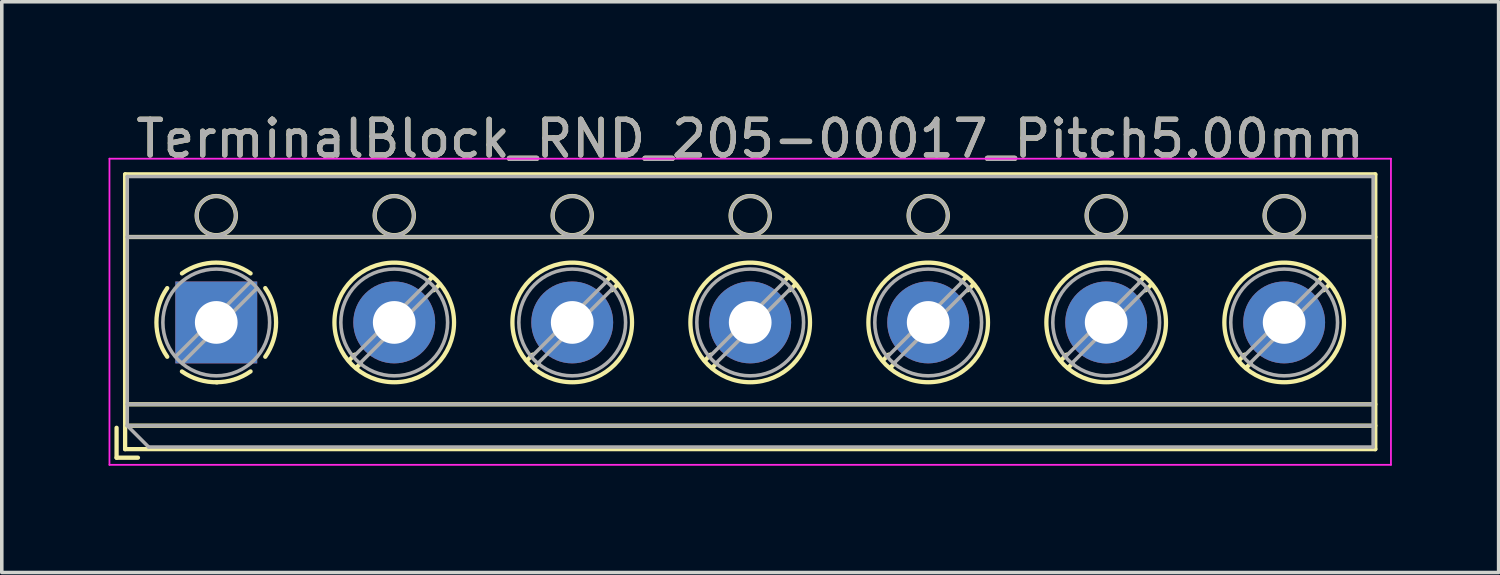
<source format=kicad_pcb>
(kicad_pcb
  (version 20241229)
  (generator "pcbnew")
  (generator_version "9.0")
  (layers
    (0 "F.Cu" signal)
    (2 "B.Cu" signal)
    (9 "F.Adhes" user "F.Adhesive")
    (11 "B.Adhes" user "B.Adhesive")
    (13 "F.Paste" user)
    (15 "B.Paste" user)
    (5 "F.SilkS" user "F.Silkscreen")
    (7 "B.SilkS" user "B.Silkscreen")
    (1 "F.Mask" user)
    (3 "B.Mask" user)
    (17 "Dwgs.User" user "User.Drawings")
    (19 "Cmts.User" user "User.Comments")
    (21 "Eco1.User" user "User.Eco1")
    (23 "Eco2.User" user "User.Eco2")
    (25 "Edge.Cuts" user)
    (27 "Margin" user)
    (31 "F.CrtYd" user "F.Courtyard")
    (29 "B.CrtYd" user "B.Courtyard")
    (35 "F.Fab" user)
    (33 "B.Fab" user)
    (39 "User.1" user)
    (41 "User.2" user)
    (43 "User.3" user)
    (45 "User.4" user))
  (footprint "TerminalBlock_RND_205-00017_Pitch5.00mm"
    (layer "F.Cu")
    (at 3.025 6.008)
    (property "Reference" "TerminalBlock_RND_205-00017_Pitch5.00mm" (at 15 -5.16 0) (layer "F.SilkS") (effects (font (size 1 1) (thickness 0.15))))
    (attr through_hole)
    (fp_line (start -2.8 2.96) (end -2.8 3.8) (stroke (width 0.12) (type solid)) (layer "F.SilkS"))
    (fp_line (start -2.8 3.8) (end -2.2 3.8) (stroke (width 0.12) (type solid)) (layer "F.SilkS"))
    (fp_line (start -2.56 -4.16) (end -2.56 3.56) (stroke (width 0.12) (type solid)) (layer "F.SilkS"))
    (fp_line (start -2.56 -2.4) (end 32.56 -2.4) (stroke (width 0.12) (type solid)) (layer "F.SilkS"))
    (fp_line (start -2.56 2.3) (end 32.56 2.3) (stroke (width 0.12) (type solid)) (layer "F.SilkS"))
    (fp_line (start -2.56 2.9) (end 32.56 2.9) (stroke (width 0.12) (type solid)) (layer "F.SilkS"))
    (fp_line (start -2.56 3.56) (end 32.56 3.56) (stroke (width 0.12) (type solid)) (layer "F.SilkS"))
    (fp_line (start 3.89 0.905) (end 3.726 1.069) (stroke (width 0.12) (type solid)) (layer "F.SilkS"))
    (fp_line (start 4.06 1.146) (end 3.931 1.274) (stroke (width 0.12) (type solid)) (layer "F.SilkS"))
    (fp_line (start 6.07 -1.275) (end 5.941 -1.146) (stroke (width 0.12) (type solid)) (layer "F.SilkS"))
    (fp_line (start 6.275 -1.069) (end 6.111 -0.905) (stroke (width 0.12) (type solid)) (layer "F.SilkS"))
    (fp_line (start 8.89 0.905) (end 8.726 1.069) (stroke (width 0.12) (type solid)) (layer "F.SilkS"))
    (fp_line (start 9.06 1.146) (end 8.931 1.274) (stroke (width 0.12) (type solid)) (layer "F.SilkS"))
    (fp_line (start 11.07 -1.275) (end 10.941 -1.146) (stroke (width 0.12) (type solid)) (layer "F.SilkS"))
    (fp_line (start 11.275 -1.069) (end 11.111 -0.905) (stroke (width 0.12) (type solid)) (layer "F.SilkS"))
    (fp_line (start 13.89 0.905) (end 13.726 1.069) (stroke (width 0.12) (type solid)) (layer "F.SilkS"))
    (fp_line (start 14.06 1.146) (end 13.931 1.274) (stroke (width 0.12) (type solid)) (layer "F.SilkS"))
    (fp_line (start 16.07 -1.275) (end 15.941 -1.146) (stroke (width 0.12) (type solid)) (layer "F.SilkS"))
    (fp_line (start 16.275 -1.069) (end 16.111 -0.905) (stroke (width 0.12) (type solid)) (layer "F.SilkS"))
    (fp_line (start 18.89 0.905) (end 18.726 1.069) (stroke (width 0.12) (type solid)) (layer "F.SilkS"))
    (fp_line (start 19.06 1.146) (end 18.931 1.274) (stroke (width 0.12) (type solid)) (layer "F.SilkS"))
    (fp_line (start 21.07 -1.275) (end 20.941 -1.146) (stroke (width 0.12) (type solid)) (layer "F.SilkS"))
    (fp_line (start 21.275 -1.069) (end 21.111 -0.905) (stroke (width 0.12) (type solid)) (layer "F.SilkS"))
    (fp_line (start 23.89 0.905) (end 23.726 1.069) (stroke (width 0.12) (type solid)) (layer "F.SilkS"))
    (fp_line (start 24.06 1.146) (end 23.931 1.274) (stroke (width 0.12) (type solid)) (layer "F.SilkS"))
    (fp_line (start 26.07 -1.275) (end 25.941 -1.146) (stroke (width 0.12) (type solid)) (layer "F.SilkS"))
    (fp_line (start 26.275 -1.069) (end 26.111 -0.905) (stroke (width 0.12) (type solid)) (layer "F.SilkS"))
    (fp_line (start 28.89 0.905) (end 28.726 1.069) (stroke (width 0.12) (type solid)) (layer "F.SilkS"))
    (fp_line (start 29.06 1.146) (end 28.931 1.274) (stroke (width 0.12) (type solid)) (layer "F.SilkS"))
    (fp_line (start 31.07 -1.275) (end 30.941 -1.146) (stroke (width 0.12) (type solid)) (layer "F.SilkS"))
    (fp_line (start 31.275 -1.069) (end 31.111 -0.905) (stroke (width 0.12) (type solid)) (layer "F.SilkS"))
    (fp_line (start 32.56 -4.16) (end -2.56 -4.16) (stroke (width 0.12) (type solid)) (layer "F.SilkS"))
    (fp_line (start 32.56 3.56) (end 32.56 -4.16) (stroke (width 0.12) (type solid)) (layer "F.SilkS"))
    (fp_arc (start -1.376825 0.964249) (mid -1.6809 0.000152) (end -1.377 -0.964) (stroke (width 0.12) (type solid)) (layer "F.SilkS"))
    (fp_arc (start -0.964249 -1.376825) (mid -0.000152 -1.6809) (end 0.964 -1.377) (stroke (width 0.12) (type solid)) (layer "F.SilkS"))
    (fp_arc (start 0.029488 1.680641) (mid -0.491302 1.607497) (end -0.964 1.377) (stroke (width 0.12) (type solid)) (layer "F.SilkS"))
    (fp_arc (start 0.963608 1.376175) (mid 0.505186 1.602244) (end 0 1.68) (stroke (width 0.12) (type solid)) (layer "F.SilkS"))
    (fp_arc (start 1.376825 -0.964249) (mid 1.6809 -0.000152) (end 1.377 0.964) (stroke (width 0.12) (type solid)) (layer "F.SilkS"))
    (fp_circle (center 0 -3) (end 0.55 -3) (stroke (width 0.12) (type solid)) (fill no) (layer "F.SilkS"))
    (fp_circle (center 5 -3) (end 5.55 -3) (stroke (width 0.12) (type solid)) (fill no) (layer "F.SilkS"))
    (fp_circle (center 5 0) (end 6.68 0) (stroke (width 0.12) (type solid)) (fill no) (layer "F.SilkS"))
    (fp_circle (center 10 -3) (end 10.55 -3) (stroke (width 0.12) (type solid)) (fill no) (layer "F.SilkS"))
    (fp_circle (center 10 0) (end 11.68 0) (stroke (width 0.12) (type solid)) (fill no) (layer "F.SilkS"))
    (fp_circle (center 15 -3) (end 15.55 -3) (stroke (width 0.12) (type solid)) (fill no) (layer "F.SilkS"))
    (fp_circle (center 15 0) (end 16.68 0) (stroke (width 0.12) (type solid)) (fill no) (layer "F.SilkS"))
    (fp_circle (center 20 -3) (end 20.55 -3) (stroke (width 0.12) (type solid)) (fill no) (layer "F.SilkS"))
    (fp_circle (center 20 0) (end 21.68 0) (stroke (width 0.12) (type solid)) (fill no) (layer "F.SilkS"))
    (fp_circle (center 25 -3) (end 25.55 -3) (stroke (width 0.12) (type solid)) (fill no) (layer "F.SilkS"))
    (fp_circle (center 25 0) (end 26.68 0) (stroke (width 0.12) (type solid)) (fill no) (layer "F.SilkS"))
    (fp_circle (center 30 -3) (end 30.55 -3) (stroke (width 0.12) (type solid)) (fill no) (layer "F.SilkS"))
    (fp_circle (center 30 0) (end 31.68 0) (stroke (width 0.12) (type solid)) (fill no) (layer "F.SilkS"))
    (fp_line (start -3 -4.6) (end -3 4) (stroke (width 0.05) (type solid)) (layer "F.CrtYd"))
    (fp_line (start -3 4) (end 33 4) (stroke (width 0.05) (type solid)) (layer "F.CrtYd"))
    (fp_line (start 33 -4.6) (end -3 -4.6) (stroke (width 0.05) (type solid)) (layer "F.CrtYd"))
    (fp_line (start 33 4) (end 33 -4.6) (stroke (width 0.05) (type solid)) (layer "F.CrtYd"))
    (fp_line (start -2.5 -4.1) (end 32.5 -4.1) (stroke (width 0.1) (type solid)) (layer "F.Fab"))
    (fp_line (start -2.5 -2.4) (end 32.5 -2.4) (stroke (width 0.1) (type solid)) (layer "F.Fab"))
    (fp_line (start -2.5 2.3) (end 32.5 2.3) (stroke (width 0.1) (type solid)) (layer "F.Fab"))
    (fp_line (start -2.5 2.9) (end -2.5 -4.1) (stroke (width 0.1) (type solid)) (layer "F.Fab"))
    (fp_line (start -2.5 2.9) (end 32.5 2.9) (stroke (width 0.1) (type solid)) (layer "F.Fab"))
    (fp_line (start -1.9 3.5) (end -2.5 2.9) (stroke (width 0.1) (type solid)) (layer "F.Fab"))
    (fp_line (start 0.955 -1.138) (end -1.138 0.955) (stroke (width 0.1) (type solid)) (layer "F.Fab"))
    (fp_line (start 1.138 -0.955) (end -0.955 1.138) (stroke (width 0.1) (type solid)) (layer "F.Fab"))
    (fp_line (start 5.955 -1.138) (end 3.863 0.955) (stroke (width 0.1) (type solid)) (layer "F.Fab"))
    (fp_line (start 6.138 -0.955) (end 4.046 1.138) (stroke (width 0.1) (type solid)) (layer "F.Fab"))
    (fp_line (start 10.955 -1.138) (end 8.863 0.955) (stroke (width 0.1) (type solid)) (layer "F.Fab"))
    (fp_line (start 11.138 -0.955) (end 9.046 1.138) (stroke (width 0.1) (type solid)) (layer "F.Fab"))
    (fp_line (start 15.955 -1.138) (end 13.863 0.955) (stroke (width 0.1) (type solid)) (layer "F.Fab"))
    (fp_line (start 16.138 -0.955) (end 14.046 1.138) (stroke (width 0.1) (type solid)) (layer "F.Fab"))
    (fp_line (start 20.955 -1.138) (end 18.863 0.955) (stroke (width 0.1) (type solid)) (layer "F.Fab"))
    (fp_line (start 21.138 -0.955) (end 19.046 1.138) (stroke (width 0.1) (type solid)) (layer "F.Fab"))
    (fp_line (start 25.955 -1.138) (end 23.863 0.955) (stroke (width 0.1) (type solid)) (layer "F.Fab"))
    (fp_line (start 26.138 -0.955) (end 24.046 1.138) (stroke (width 0.1) (type solid)) (layer "F.Fab"))
    (fp_line (start 30.955 -1.138) (end 28.863 0.955) (stroke (width 0.1) (type solid)) (layer "F.Fab"))
    (fp_line (start 31.138 -0.955) (end 29.046 1.138) (stroke (width 0.1) (type solid)) (layer "F.Fab"))
    (fp_line (start 32.5 -4.1) (end 32.5 3.5) (stroke (width 0.1) (type solid)) (layer "F.Fab"))
    (fp_line (start 32.5 3.5) (end -1.9 3.5) (stroke (width 0.1) (type solid)) (layer "F.Fab"))
    (fp_circle (center 0 -3) (end 0.55 -3) (stroke (width 0.1) (type solid)) (fill no) (layer "F.Fab"))
    (fp_circle (center 0 0) (end 1.5 0) (stroke (width 0.1) (type solid)) (fill no) (layer "F.Fab"))
    (fp_circle (center 5 -3) (end 5.55 -3) (stroke (width 0.1) (type solid)) (fill no) (layer "F.Fab"))
    (fp_circle (center 5 0) (end 6.5 0) (stroke (width 0.1) (type solid)) (fill no) (layer "F.Fab"))
    (fp_circle (center 10 -3) (end 10.55 -3) (stroke (width 0.1) (type solid)) (fill no) (layer "F.Fab"))
    (fp_circle (center 10 0) (end 11.5 0) (stroke (width 0.1) (type solid)) (fill no) (layer "F.Fab"))
    (fp_circle (center 15 -3) (end 15.55 -3) (stroke (width 0.1) (type solid)) (fill no) (layer "F.Fab"))
    (fp_circle (center 15 0) (end 16.5 0) (stroke (width 0.1) (type solid)) (fill no) (layer "F.Fab"))
    (fp_circle (center 20 -3) (end 20.55 -3) (stroke (width 0.1) (type solid)) (fill no) (layer "F.Fab"))
    (fp_circle (center 20 0) (end 21.5 0) (stroke (width 0.1) (type solid)) (fill no) (layer "F.Fab"))
    (fp_circle (center 25 -3) (end 25.55 -3) (stroke (width 0.1) (type solid)) (fill no) (layer "F.Fab"))
    (fp_circle (center 25 0) (end 26.5 0) (stroke (width 0.1) (type solid)) (fill no) (layer "F.Fab"))
    (fp_circle (center 30 -3) (end 30.55 -3) (stroke (width 0.1) (type solid)) (fill no) (layer "F.Fab"))
    (fp_circle (center 30 0) (end 31.5 0) (stroke (width 0.1) (type solid)) (fill no) (layer "F.Fab"))
    (fp_text user "${REFERENCE}" (at 15 -5.16 0) (layer "F.Fab") (effects (font (size 1 1) (thickness 0.15))))
    (pad "1" thru_hole rect (at 0 0) (size 2.3 2.3) (drill 1.2) (layers "*.Cu" "*.Mask"))
    (pad "2" thru_hole circle (at 5 0) (size 2.3 2.3) (drill 1.2) (layers "*.Cu" "*.Mask"))
    (pad "3" thru_hole circle (at 10 0) (size 2.3 2.3) (drill 1.2) (layers "*.Cu" "*.Mask"))
    (pad "4" thru_hole circle (at 15 0) (size 2.3 2.3) (drill 1.2) (layers "*.Cu" "*.Mask"))
    (pad "5" thru_hole circle (at 20 0) (size 2.3 2.3) (drill 1.2) (layers "*.Cu" "*.Mask"))
    (pad "6" thru_hole circle (at 25 0) (size 2.3 2.3) (drill 1.2) (layers "*.Cu" "*.Mask"))
    (pad "7" thru_hole circle (at 30 0) (size 2.3 2.3) (drill 1.2) (layers "*.Cu" "*.Mask")))
  (gr_rect
    (start -3 -3)
    (end 39.05 13.033)
    (stroke (width 0.1) (type default))
    (fill no)
    (layer "Edge.Cuts")))
</source>
